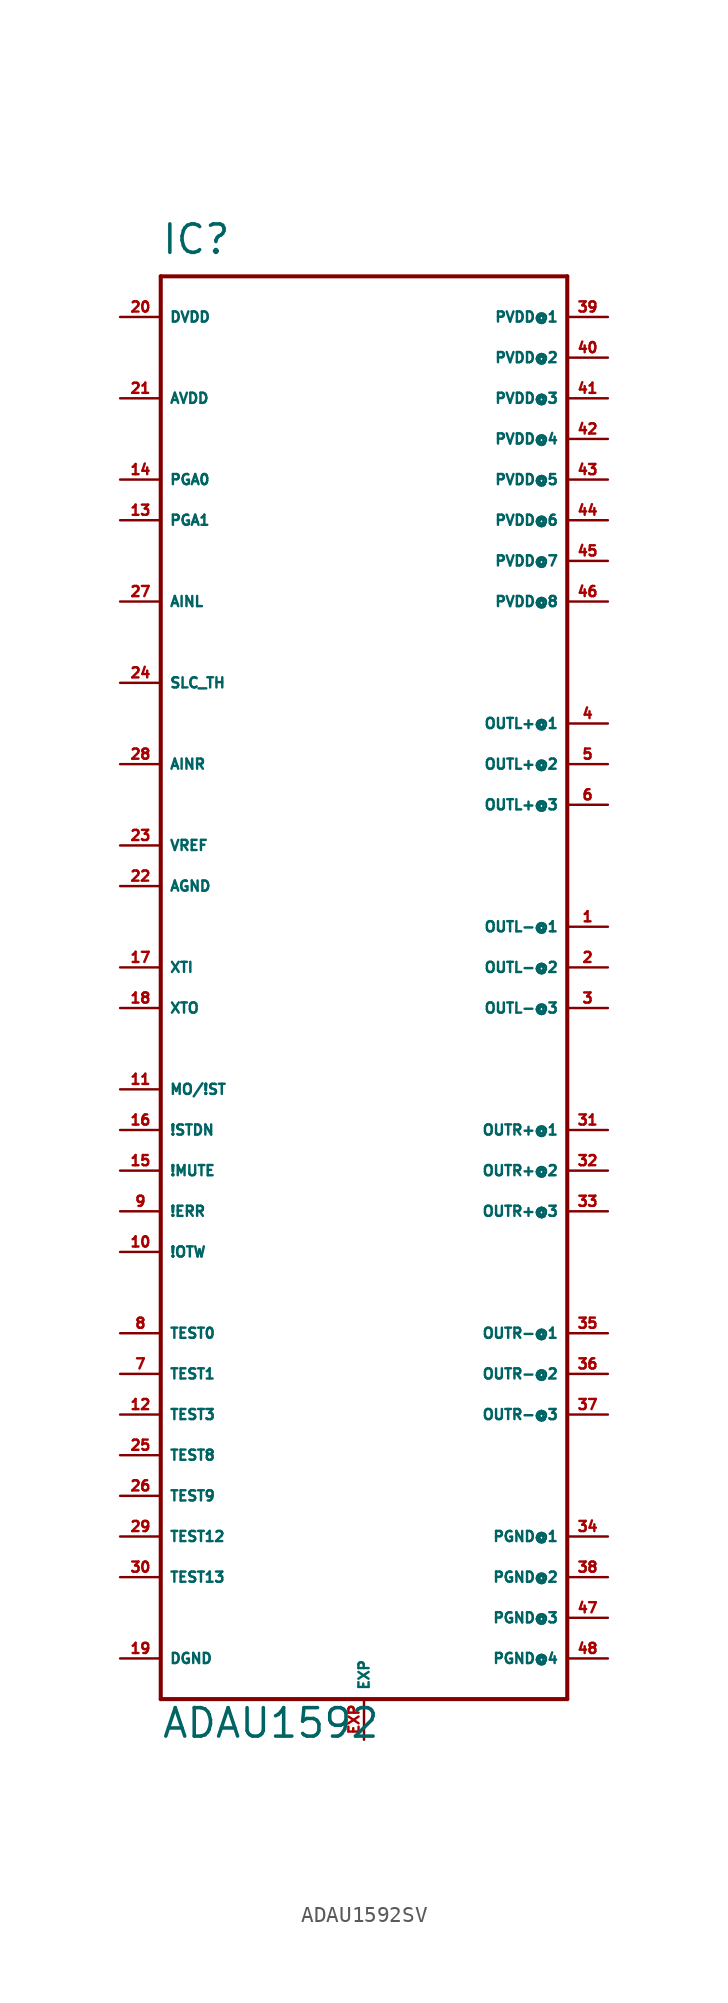
<source format=kicad_sym>
(kicad_symbol_lib
  (version 20220914)
  (generator Eagle2Kicad)
  (symbol "ADAU1592SV"
    (property "Reference" "IC"
      (at -12.7 44.45 0)
      (effects (font (size 1.778 1.778) (thickness 0.22)) (justify left bottom)))
    (property "Value" "ADAU1592"
      (at -12.7 -48.26 0)
      (effects (font (size 1.778 1.778) (thickness 0.22)) (justify left bottom)))
    (polyline
      (pts (xy -12.7 43.18) (xy 12.7 43.18))
      (stroke (width 0.254) (type default))
      (fill (type none)))
    (polyline
      (pts (xy 12.7 43.18) (xy 12.7 -45.72))
      (stroke (width 0.254) (type default))
      (fill (type none)))
    (polyline
      (pts (xy 12.7 -45.72) (xy -12.7 -45.72))
      (stroke (width 0.254) (type default))
      (fill (type none)))
    (polyline
      (pts (xy -12.7 -45.72) (xy -12.7 43.18))
      (stroke (width 0.254) (type default))
      (fill (type none)))
    (pin input line
      (at -15.24 22.86 0)
      (length 2.54)
      (name "AINL" (effects (font (size 0.635 0.635) (thickness 0.08)) (justify left bottom)))
      (number "27" (effects (font (size 0.635 0.635) (thickness 0.08)) (justify left bottom))))
    (pin input line
      (at -15.24 12.7 0)
      (length 2.54)
      (name "AINR" (effects (font (size 0.635 0.635) (thickness 0.08)) (justify left bottom)))
      (number "28" (effects (font (size 0.635 0.635) (thickness 0.08)) (justify left bottom))))
    (pin input line
      (at -15.24 17.78 0)
      (length 2.54)
      (name "SLC_TH" (effects (font (size 0.635 0.635) (thickness 0.08)) (justify left bottom)))
      (number "24" (effects (font (size 0.635 0.635) (thickness 0.08)) (justify left bottom))))
    (pin input line
      (at -15.24 35.56 0)
      (length 2.54)
      (name "AVDD" (effects (font (size 0.635 0.635) (thickness 0.08)) (justify left bottom)))
      (number "21" (effects (font (size 0.635 0.635) (thickness 0.08)) (justify left bottom))))
    (pin input line
      (at -15.24 7.62 0)
      (length 2.54)
      (name "VREF" (effects (font (size 0.635 0.635) (thickness 0.08)) (justify left bottom)))
      (number "23" (effects (font (size 0.635 0.635) (thickness 0.08)) (justify left bottom))))
    (pin input line
      (at -15.24 5.08 0)
      (length 2.54)
      (name "AGND" (effects (font (size 0.635 0.635) (thickness 0.08)) (justify left bottom)))
      (number "22" (effects (font (size 0.635 0.635) (thickness 0.08)) (justify left bottom))))
    (pin input line
      (at -15.24 40.64 0)
      (length 2.54)
      (name "DVDD" (effects (font (size 0.635 0.635) (thickness 0.08)) (justify left bottom)))
      (number "20" (effects (font (size 0.635 0.635) (thickness 0.08)) (justify left bottom))))
    (pin input line
      (at -15.24 -43.18 0)
      (length 2.54)
      (name "DGND" (effects (font (size 0.635 0.635) (thickness 0.08)) (justify left bottom)))
      (number "19" (effects (font (size 0.635 0.635) (thickness 0.08)) (justify left bottom))))
    (pin input line
      (at 15.24 40.64 180)
      (length 2.54)
      (name "PVDD@1" (effects (font (size 0.635 0.635) (thickness 0.08)) (justify left bottom)))
      (number "39" (effects (font (size 0.635 0.635) (thickness 0.08)) (justify left bottom))))
    (pin input line
      (at 15.24 38.1 180)
      (length 2.54)
      (name "PVDD@2" (effects (font (size 0.635 0.635) (thickness 0.08)) (justify left bottom)))
      (number "40" (effects (font (size 0.635 0.635) (thickness 0.08)) (justify left bottom))))
    (pin input line
      (at 15.24 35.56 180)
      (length 2.54)
      (name "PVDD@3" (effects (font (size 0.635 0.635) (thickness 0.08)) (justify left bottom)))
      (number "41" (effects (font (size 0.635 0.635) (thickness 0.08)) (justify left bottom))))
    (pin input line
      (at 15.24 33.02 180)
      (length 2.54)
      (name "PVDD@4" (effects (font (size 0.635 0.635) (thickness 0.08)) (justify left bottom)))
      (number "42" (effects (font (size 0.635 0.635) (thickness 0.08)) (justify left bottom))))
    (pin input line
      (at 15.24 -35.56 180)
      (length 2.54)
      (name "PGND@1" (effects (font (size 0.635 0.635) (thickness 0.08)) (justify left bottom)))
      (number "34" (effects (font (size 0.635 0.635) (thickness 0.08)) (justify left bottom))))
    (pin input line
      (at 15.24 -38.1 180)
      (length 2.54)
      (name "PGND@2" (effects (font (size 0.635 0.635) (thickness 0.08)) (justify left bottom)))
      (number "38" (effects (font (size 0.635 0.635) (thickness 0.08)) (justify left bottom))))
    (pin input line
      (at 15.24 -40.64 180)
      (length 2.54)
      (name "PGND@3" (effects (font (size 0.635 0.635) (thickness 0.08)) (justify left bottom)))
      (number "47" (effects (font (size 0.635 0.635) (thickness 0.08)) (justify left bottom))))
    (pin input line
      (at 15.24 -43.18 180)
      (length 2.54)
      (name "PGND@4" (effects (font (size 0.635 0.635) (thickness 0.08)) (justify left bottom)))
      (number "48" (effects (font (size 0.635 0.635) (thickness 0.08)) (justify left bottom))))
    (pin passive line
      (at 15.24 15.24 180)
      (length 2.54)
      (name "OUTL+@1" (effects (font (size 0.635 0.635) (thickness 0.08)) (justify left bottom)))
      (number "4" (effects (font (size 0.635 0.635) (thickness 0.08)) (justify left bottom))))
    (pin passive line
      (at 15.24 2.54 180)
      (length 2.54)
      (name "OUTL-@1" (effects (font (size 0.635 0.635) (thickness 0.08)) (justify left bottom)))
      (number "1" (effects (font (size 0.635 0.635) (thickness 0.08)) (justify left bottom))))
    (pin passive line
      (at 15.24 -10.16 180)
      (length 2.54)
      (name "OUTR+@1" (effects (font (size 0.635 0.635) (thickness 0.08)) (justify left bottom)))
      (number "31" (effects (font (size 0.635 0.635) (thickness 0.08)) (justify left bottom))))
    (pin passive line
      (at 15.24 -22.86 180)
      (length 2.54)
      (name "OUTR-@1" (effects (font (size 0.635 0.635) (thickness 0.08)) (justify left bottom)))
      (number "35" (effects (font (size 0.635 0.635) (thickness 0.08)) (justify left bottom))))
    (pin input line
      (at -15.24 0 0)
      (length 2.54)
      (name "XTI" (effects (font (size 0.635 0.635) (thickness 0.08)) (justify left bottom)))
      (number "17" (effects (font (size 0.635 0.635) (thickness 0.08)) (justify left bottom))))
    (pin output line
      (at -15.24 -2.54 0)
      (length 2.54)
      (name "XTO" (effects (font (size 0.635 0.635) (thickness 0.08)) (justify left bottom)))
      (number "18" (effects (font (size 0.635 0.635) (thickness 0.08)) (justify left bottom))))
    (pin input line
      (at -15.24 -7.62 0)
      (length 2.54)
      (name "MO/!ST" (effects (font (size 0.635 0.635) (thickness 0.08)) (justify left bottom)))
      (number "11" (effects (font (size 0.635 0.635) (thickness 0.08)) (justify left bottom))))
    (pin input line
      (at -15.24 -10.16 0)
      (length 2.54)
      (name "!STDN" (effects (font (size 0.635 0.635) (thickness 0.08)) (justify left bottom)))
      (number "16" (effects (font (size 0.635 0.635) (thickness 0.08)) (justify left bottom))))
    (pin input line
      (at -15.24 -12.7 0)
      (length 2.54)
      (name "!MUTE" (effects (font (size 0.635 0.635) (thickness 0.08)) (justify left bottom)))
      (number "15" (effects (font (size 0.635 0.635) (thickness 0.08)) (justify left bottom))))
    (pin output line
      (at -15.24 -15.24 0)
      (length 2.54)
      (name "!ERR" (effects (font (size 0.635 0.635) (thickness 0.08)) (justify left bottom)))
      (number "9" (effects (font (size 0.635 0.635) (thickness 0.08)) (justify left bottom))))
    (pin output line
      (at -15.24 -17.78 0)
      (length 2.54)
      (name "!OTW" (effects (font (size 0.635 0.635) (thickness 0.08)) (justify left bottom)))
      (number "10" (effects (font (size 0.635 0.635) (thickness 0.08)) (justify left bottom))))
    (pin input line
      (at -15.24 30.48 0)
      (length 2.54)
      (name "PGA0" (effects (font (size 0.635 0.635) (thickness 0.08)) (justify left bottom)))
      (number "14" (effects (font (size 0.635 0.635) (thickness 0.08)) (justify left bottom))))
    (pin input line
      (at -15.24 27.94 0)
      (length 2.54)
      (name "PGA1" (effects (font (size 0.635 0.635) (thickness 0.08)) (justify left bottom)))
      (number "13" (effects (font (size 0.635 0.635) (thickness 0.08)) (justify left bottom))))
    (pin output line
      (at 15.24 12.7 180)
      (length 2.54)
      (name "OUTL+@2" (effects (font (size 0.635 0.635) (thickness 0.08)) (justify left bottom)))
      (number "5" (effects (font (size 0.635 0.635) (thickness 0.08)) (justify left bottom))))
    (pin passive line
      (at 15.24 10.16 180)
      (length 2.54)
      (name "OUTL+@3" (effects (font (size 0.635 0.635) (thickness 0.08)) (justify left bottom)))
      (number "6" (effects (font (size 0.635 0.635) (thickness 0.08)) (justify left bottom))))
    (pin output line
      (at 15.24 0 180)
      (length 2.54)
      (name "OUTL-@2" (effects (font (size 0.635 0.635) (thickness 0.08)) (justify left bottom)))
      (number "2" (effects (font (size 0.635 0.635) (thickness 0.08)) (justify left bottom))))
    (pin passive line
      (at 15.24 -2.54 180)
      (length 2.54)
      (name "OUTL-@3" (effects (font (size 0.635 0.635) (thickness 0.08)) (justify left bottom)))
      (number "3" (effects (font (size 0.635 0.635) (thickness 0.08)) (justify left bottom))))
    (pin output line
      (at 15.24 -12.7 180)
      (length 2.54)
      (name "OUTR+@2" (effects (font (size 0.635 0.635) (thickness 0.08)) (justify left bottom)))
      (number "32" (effects (font (size 0.635 0.635) (thickness 0.08)) (justify left bottom))))
    (pin passive line
      (at 15.24 -15.24 180)
      (length 2.54)
      (name "OUTR+@3" (effects (font (size 0.635 0.635) (thickness 0.08)) (justify left bottom)))
      (number "33" (effects (font (size 0.635 0.635) (thickness 0.08)) (justify left bottom))))
    (pin output line
      (at 15.24 -25.4 180)
      (length 2.54)
      (name "OUTR-@2" (effects (font (size 0.635 0.635) (thickness 0.08)) (justify left bottom)))
      (number "36" (effects (font (size 0.635 0.635) (thickness 0.08)) (justify left bottom))))
    (pin passive line
      (at 15.24 -27.94 180)
      (length 2.54)
      (name "OUTR-@3" (effects (font (size 0.635 0.635) (thickness 0.08)) (justify left bottom)))
      (number "37" (effects (font (size 0.635 0.635) (thickness 0.08)) (justify left bottom))))
    (pin input line
      (at -15.24 -22.86 0)
      (length 2.54)
      (name "TEST0" (effects (font (size 0.635 0.635) (thickness 0.08)) (justify left bottom)))
      (number "8" (effects (font (size 0.635 0.635) (thickness 0.08)) (justify left bottom))))
    (pin input line
      (at -15.24 -25.4 0)
      (length 2.54)
      (name "TEST1" (effects (font (size 0.635 0.635) (thickness 0.08)) (justify left bottom)))
      (number "7" (effects (font (size 0.635 0.635) (thickness 0.08)) (justify left bottom))))
    (pin input line
      (at -15.24 -27.94 0)
      (length 2.54)
      (name "TEST3" (effects (font (size 0.635 0.635) (thickness 0.08)) (justify left bottom)))
      (number "12" (effects (font (size 0.635 0.635) (thickness 0.08)) (justify left bottom))))
    (pin input line
      (at -15.24 -30.48 0)
      (length 2.54)
      (name "TEST8" (effects (font (size 0.635 0.635) (thickness 0.08)) (justify left bottom)))
      (number "25" (effects (font (size 0.635 0.635) (thickness 0.08)) (justify left bottom))))
    (pin input line
      (at -15.24 -33.02 0)
      (length 2.54)
      (name "TEST9" (effects (font (size 0.635 0.635) (thickness 0.08)) (justify left bottom)))
      (number "26" (effects (font (size 0.635 0.635) (thickness 0.08)) (justify left bottom))))
    (pin input line
      (at -15.24 -35.56 0)
      (length 2.54)
      (name "TEST12" (effects (font (size 0.635 0.635) (thickness 0.08)) (justify left bottom)))
      (number "29" (effects (font (size 0.635 0.635) (thickness 0.08)) (justify left bottom))))
    (pin input line
      (at -15.24 -38.1 0)
      (length 2.54)
      (name "TEST13" (effects (font (size 0.635 0.635) (thickness 0.08)) (justify left bottom)))
      (number "30" (effects (font (size 0.635 0.635) (thickness 0.08)) (justify left bottom))))
    (pin input line
      (at 15.24 30.48 180)
      (length 2.54)
      (name "PVDD@5" (effects (font (size 0.635 0.635) (thickness 0.08)) (justify left bottom)))
      (number "43" (effects (font (size 0.635 0.635) (thickness 0.08)) (justify left bottom))))
    (pin input line
      (at 15.24 27.94 180)
      (length 2.54)
      (name "PVDD@6" (effects (font (size 0.635 0.635) (thickness 0.08)) (justify left bottom)))
      (number "44" (effects (font (size 0.635 0.635) (thickness 0.08)) (justify left bottom))))
    (pin input line
      (at 15.24 25.4 180)
      (length 2.54)
      (name "PVDD@7" (effects (font (size 0.635 0.635) (thickness 0.08)) (justify left bottom)))
      (number "45" (effects (font (size 0.635 0.635) (thickness 0.08)) (justify left bottom))))
    (pin input line
      (at 15.24 22.86 180)
      (length 2.54)
      (name "PVDD@8" (effects (font (size 0.635 0.635) (thickness 0.08)) (justify left bottom)))
      (number "46" (effects (font (size 0.635 0.635) (thickness 0.08)) (justify left bottom))))
    (pin passive line
      (at 0 -48.26 90)
      (length 2.54)
      (name "EXP" (effects (font (size 0.635 0.635) (thickness 0.08)) (justify left bottom)))
      (number "EXP" (effects (font (size 0.635 0.635) (thickness 0.08)) (justify left bottom))))))
</source>
